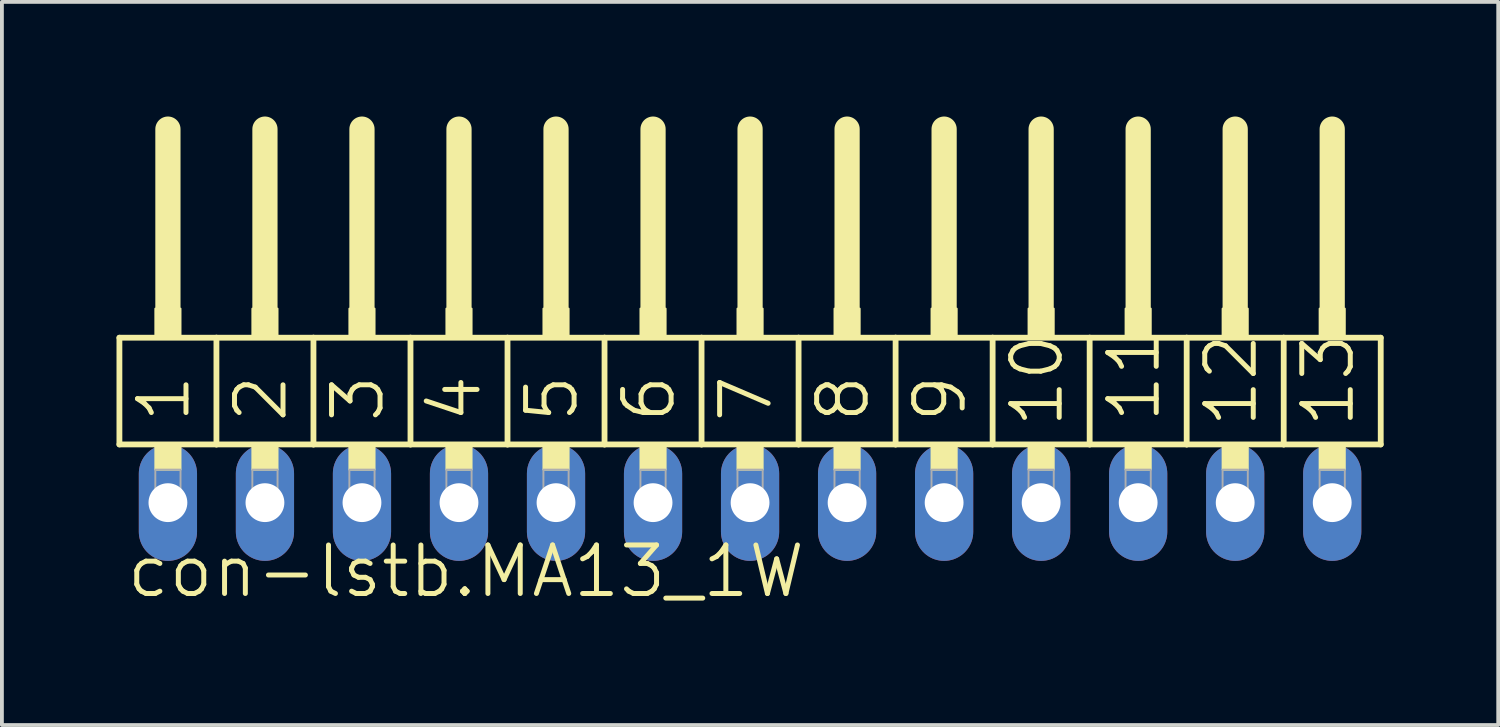
<source format=kicad_pcb>
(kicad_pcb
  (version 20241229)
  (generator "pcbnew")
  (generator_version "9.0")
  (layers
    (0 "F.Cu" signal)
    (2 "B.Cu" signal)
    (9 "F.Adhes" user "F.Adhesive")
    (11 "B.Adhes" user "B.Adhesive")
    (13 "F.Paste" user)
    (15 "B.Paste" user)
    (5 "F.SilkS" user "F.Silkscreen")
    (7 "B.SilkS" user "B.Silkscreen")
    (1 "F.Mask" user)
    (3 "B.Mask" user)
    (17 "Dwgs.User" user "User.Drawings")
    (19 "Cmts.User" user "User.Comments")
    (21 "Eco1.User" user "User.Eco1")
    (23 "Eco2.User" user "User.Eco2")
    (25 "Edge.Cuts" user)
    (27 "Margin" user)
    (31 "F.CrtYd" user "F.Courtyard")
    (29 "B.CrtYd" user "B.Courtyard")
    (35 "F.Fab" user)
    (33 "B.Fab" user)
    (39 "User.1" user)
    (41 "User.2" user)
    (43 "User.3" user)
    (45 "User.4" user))
  (footprint "con-lstb.MA13_1W"
    (layer "F.Cu")
    (at 16.586 10.109)
    (property "Reference" "con-lstb.MA13_1W" (at -16.383 2.54 0) (layer "F.SilkS") (effects (font (size 1.27 1.27) (thickness 0.13)) (justify left bottom)))
    (attr through_hole)
    (fp_line (start -16.51 -4.318) (end -13.97 -4.318) (stroke (width 0.152) (type default)) (layer "F.SilkS"))
    (fp_line (start -16.51 -1.524) (end -16.51 -4.318) (stroke (width 0.152) (type default)) (layer "F.SilkS"))
    (fp_line (start -15.24 -5.08) (end -15.24 -9.779) (stroke (width 0.66) (type default)) (layer "F.SilkS"))
    (fp_line (start -13.97 -4.318) (end -11.43 -4.318) (stroke (width 0.152) (type default)) (layer "F.SilkS"))
    (fp_line (start -13.97 -1.524) (end -16.51 -1.524) (stroke (width 0.152) (type default)) (layer "F.SilkS"))
    (fp_line (start -13.97 -1.524) (end -13.97 -4.318) (stroke (width 0.152) (type default)) (layer "F.SilkS"))
    (fp_line (start -13.97 -1.524) (end -11.43 -1.524) (stroke (width 0.152) (type default)) (layer "F.SilkS"))
    (fp_line (start -12.7 -5.08) (end -12.7 -9.779) (stroke (width 0.66) (type default)) (layer "F.SilkS"))
    (fp_line (start -11.43 -4.318) (end -8.89 -4.318) (stroke (width 0.152) (type default)) (layer "F.SilkS"))
    (fp_line (start -11.43 -1.524) (end -11.43 -4.318) (stroke (width 0.152) (type default)) (layer "F.SilkS"))
    (fp_line (start -10.16 -5.08) (end -10.16 -9.779) (stroke (width 0.66) (type default)) (layer "F.SilkS"))
    (fp_line (start -8.89 -4.318) (end -6.35 -4.318) (stroke (width 0.152) (type default)) (layer "F.SilkS"))
    (fp_line (start -8.89 -1.524) (end -11.43 -1.524) (stroke (width 0.152) (type default)) (layer "F.SilkS"))
    (fp_line (start -8.89 -1.524) (end -8.89 -4.318) (stroke (width 0.152) (type default)) (layer "F.SilkS"))
    (fp_line (start -7.62 -5.08) (end -7.62 -9.779) (stroke (width 0.66) (type default)) (layer "F.SilkS"))
    (fp_line (start -6.35 -4.318) (end -3.81 -4.318) (stroke (width 0.152) (type default)) (layer "F.SilkS"))
    (fp_line (start -6.35 -1.524) (end -8.89 -1.524) (stroke (width 0.152) (type default)) (layer "F.SilkS"))
    (fp_line (start -6.35 -1.524) (end -6.35 -4.318) (stroke (width 0.152) (type default)) (layer "F.SilkS"))
    (fp_line (start -5.08 -5.08) (end -5.08 -9.779) (stroke (width 0.66) (type default)) (layer "F.SilkS"))
    (fp_line (start -3.81 -4.318) (end -1.27 -4.318) (stroke (width 0.152) (type default)) (layer "F.SilkS"))
    (fp_line (start -3.81 -1.524) (end -6.35 -1.524) (stroke (width 0.152) (type default)) (layer "F.SilkS"))
    (fp_line (start -3.81 -1.524) (end -3.81 -4.318) (stroke (width 0.152) (type default)) (layer "F.SilkS"))
    (fp_line (start -2.54 -5.08) (end -2.54 -9.779) (stroke (width 0.66) (type default)) (layer "F.SilkS"))
    (fp_line (start -1.27 -4.318) (end 1.27 -4.318) (stroke (width 0.152) (type default)) (layer "F.SilkS"))
    (fp_line (start -1.27 -1.524) (end -3.81 -1.524) (stroke (width 0.152) (type default)) (layer "F.SilkS"))
    (fp_line (start -1.27 -1.524) (end -1.27 -4.318) (stroke (width 0.152) (type default)) (layer "F.SilkS"))
    (fp_line (start -1.27 -1.524) (end 1.27 -1.524) (stroke (width 0.152) (type default)) (layer "F.SilkS"))
    (fp_line (start 0 -5.08) (end 0 -9.779) (stroke (width 0.66) (type default)) (layer "F.SilkS"))
    (fp_line (start 1.27 -4.318) (end 3.81 -4.318) (stroke (width 0.152) (type default)) (layer "F.SilkS"))
    (fp_line (start 1.27 -1.524) (end 1.27 -4.318) (stroke (width 0.152) (type default)) (layer "F.SilkS"))
    (fp_line (start 2.54 -5.08) (end 2.54 -9.779) (stroke (width 0.66) (type default)) (layer "F.SilkS"))
    (fp_line (start 3.81 -4.318) (end 6.35 -4.318) (stroke (width 0.152) (type default)) (layer "F.SilkS"))
    (fp_line (start 3.81 -1.524) (end 1.27 -1.524) (stroke (width 0.152) (type default)) (layer "F.SilkS"))
    (fp_line (start 3.81 -1.524) (end 3.81 -4.318) (stroke (width 0.152) (type default)) (layer "F.SilkS"))
    (fp_line (start 5.08 -5.08) (end 5.08 -9.779) (stroke (width 0.66) (type default)) (layer "F.SilkS"))
    (fp_line (start 6.35 -4.318) (end 8.89 -4.318) (stroke (width 0.152) (type default)) (layer "F.SilkS"))
    (fp_line (start 6.35 -1.524) (end 3.81 -1.524) (stroke (width 0.152) (type default)) (layer "F.SilkS"))
    (fp_line (start 6.35 -1.524) (end 6.35 -4.318) (stroke (width 0.152) (type default)) (layer "F.SilkS"))
    (fp_line (start 7.62 -5.08) (end 7.62 -9.779) (stroke (width 0.66) (type default)) (layer "F.SilkS"))
    (fp_line (start 8.89 -4.318) (end 11.43 -4.318) (stroke (width 0.152) (type default)) (layer "F.SilkS"))
    (fp_line (start 8.89 -1.524) (end 6.35 -1.524) (stroke (width 0.152) (type default)) (layer "F.SilkS"))
    (fp_line (start 8.89 -1.524) (end 8.89 -4.318) (stroke (width 0.152) (type default)) (layer "F.SilkS"))
    (fp_line (start 10.16 -5.08) (end 10.16 -9.779) (stroke (width 0.66) (type default)) (layer "F.SilkS"))
    (fp_line (start 11.43 -4.318) (end 13.97 -4.318) (stroke (width 0.152) (type default)) (layer "F.SilkS"))
    (fp_line (start 11.43 -1.524) (end 8.89 -1.524) (stroke (width 0.152) (type default)) (layer "F.SilkS"))
    (fp_line (start 11.43 -1.524) (end 11.43 -4.318) (stroke (width 0.152) (type default)) (layer "F.SilkS"))
    (fp_line (start 11.43 -1.524) (end 13.97 -1.524) (stroke (width 0.152) (type default)) (layer "F.SilkS"))
    (fp_line (start 12.7 -5.08) (end 12.7 -9.779) (stroke (width 0.66) (type default)) (layer "F.SilkS"))
    (fp_line (start 13.97 -4.318) (end 16.51 -4.318) (stroke (width 0.152) (type default)) (layer "F.SilkS"))
    (fp_line (start 13.97 -1.524) (end 13.97 -4.318) (stroke (width 0.152) (type default)) (layer "F.SilkS"))
    (fp_line (start 13.97 -1.524) (end 16.51 -1.524) (stroke (width 0.152) (type default)) (layer "F.SilkS"))
    (fp_line (start 15.24 -5.08) (end 15.24 -9.779) (stroke (width 0.66) (type default)) (layer "F.SilkS"))
    (fp_line (start 16.51 -1.524) (end 16.51 -4.318) (stroke (width 0.152) (type default)) (layer "F.SilkS"))
    (fp_rect (start -15.57 -4.318) (end -14.91 -5.08) (stroke (width 0.05) (type default)) (fill yes) (layer "F.SilkS"))
    (fp_rect (start -15.57 -0.864) (end -14.91 -1.524) (stroke (width 0.05) (type default)) (fill yes) (layer "F.SilkS"))
    (fp_rect (start -13.03 -4.318) (end -12.37 -5.08) (stroke (width 0.05) (type default)) (fill yes) (layer "F.SilkS"))
    (fp_rect (start -13.03 -0.864) (end -12.37 -1.524) (stroke (width 0.05) (type default)) (fill yes) (layer "F.SilkS"))
    (fp_rect (start -10.49 -4.318) (end -9.83 -5.08) (stroke (width 0.05) (type default)) (fill yes) (layer "F.SilkS"))
    (fp_rect (start -10.49 -0.864) (end -9.83 -1.524) (stroke (width 0.05) (type default)) (fill yes) (layer "F.SilkS"))
    (fp_rect (start -7.95 -4.318) (end -7.29 -5.08) (stroke (width 0.05) (type default)) (fill yes) (layer "F.SilkS"))
    (fp_rect (start -7.95 -0.864) (end -7.29 -1.524) (stroke (width 0.05) (type default)) (fill yes) (layer "F.SilkS"))
    (fp_rect (start -5.41 -4.318) (end -4.75 -5.08) (stroke (width 0.05) (type default)) (fill yes) (layer "F.SilkS"))
    (fp_rect (start -5.41 -0.864) (end -4.75 -1.524) (stroke (width 0.05) (type default)) (fill yes) (layer "F.SilkS"))
    (fp_rect (start -2.87 -4.318) (end -2.21 -5.08) (stroke (width 0.05) (type default)) (fill yes) (layer "F.SilkS"))
    (fp_rect (start -2.87 -0.864) (end -2.21 -1.524) (stroke (width 0.05) (type default)) (fill yes) (layer "F.SilkS"))
    (fp_rect (start -0.33 -4.318) (end 0.33 -5.08) (stroke (width 0.05) (type default)) (fill yes) (layer "F.SilkS"))
    (fp_rect (start -0.33 -0.864) (end 0.33 -1.524) (stroke (width 0.05) (type default)) (fill yes) (layer "F.SilkS"))
    (fp_rect (start 2.21 -4.318) (end 2.87 -5.08) (stroke (width 0.05) (type default)) (fill yes) (layer "F.SilkS"))
    (fp_rect (start 2.21 -0.864) (end 2.87 -1.524) (stroke (width 0.05) (type default)) (fill yes) (layer "F.SilkS"))
    (fp_rect (start 4.75 -4.318) (end 5.41 -5.08) (stroke (width 0.05) (type default)) (fill yes) (layer "F.SilkS"))
    (fp_rect (start 4.75 -0.864) (end 5.41 -1.524) (stroke (width 0.05) (type default)) (fill yes) (layer "F.SilkS"))
    (fp_rect (start 7.29 -4.318) (end 7.95 -5.08) (stroke (width 0.05) (type default)) (fill yes) (layer "F.SilkS"))
    (fp_rect (start 7.29 -0.864) (end 7.95 -1.524) (stroke (width 0.05) (type default)) (fill yes) (layer "F.SilkS"))
    (fp_rect (start 9.83 -4.318) (end 10.49 -5.08) (stroke (width 0.05) (type default)) (fill yes) (layer "F.SilkS"))
    (fp_rect (start 9.83 -0.864) (end 10.49 -1.524) (stroke (width 0.05) (type default)) (fill yes) (layer "F.SilkS"))
    (fp_rect (start 12.37 -4.318) (end 13.03 -5.08) (stroke (width 0.05) (type default)) (fill yes) (layer "F.SilkS"))
    (fp_rect (start 12.37 -0.864) (end 13.03 -1.524) (stroke (width 0.05) (type default)) (fill yes) (layer "F.SilkS"))
    (fp_rect (start 14.91 -4.318) (end 15.57 -5.08) (stroke (width 0.05) (type default)) (fill yes) (layer "F.SilkS"))
    (fp_rect (start 14.91 -0.864) (end 15.57 -1.524) (stroke (width 0.05) (type default)) (fill yes) (layer "F.SilkS"))
    (fp_rect (start -15.57 0.33) (end -14.91 -0.864) (stroke (width 0.05) (type default)) (fill no) (layer "F.Fab"))
    (fp_rect (start -13.03 0.33) (end -12.37 -0.864) (stroke (width 0.05) (type default)) (fill no) (layer "F.Fab"))
    (fp_rect (start -10.49 0.33) (end -9.83 -0.864) (stroke (width 0.05) (type default)) (fill no) (layer "F.Fab"))
    (fp_rect (start -7.95 0.33) (end -7.29 -0.864) (stroke (width 0.05) (type default)) (fill no) (layer "F.Fab"))
    (fp_rect (start -5.41 0.33) (end -4.75 -0.864) (stroke (width 0.05) (type default)) (fill no) (layer "F.Fab"))
    (fp_rect (start -2.87 0.33) (end -2.21 -0.864) (stroke (width 0.05) (type default)) (fill no) (layer "F.Fab"))
    (fp_rect (start -0.33 0.33) (end 0.33 -0.864) (stroke (width 0.05) (type default)) (fill no) (layer "F.Fab"))
    (fp_rect (start 2.21 0.33) (end 2.87 -0.864) (stroke (width 0.05) (type default)) (fill no) (layer "F.Fab"))
    (fp_rect (start 4.75 0.33) (end 5.41 -0.864) (stroke (width 0.05) (type default)) (fill no) (layer "F.Fab"))
    (fp_rect (start 7.29 0.33) (end 7.95 -0.864) (stroke (width 0.05) (type default)) (fill no) (layer "F.Fab"))
    (fp_rect (start 9.83 0.33) (end 10.49 -0.864) (stroke (width 0.05) (type default)) (fill no) (layer "F.Fab"))
    (fp_rect (start 12.37 0.33) (end 13.03 -0.864) (stroke (width 0.05) (type default)) (fill no) (layer "F.Fab"))
    (fp_rect (start 14.91 0.33) (end 15.57 -0.864) (stroke (width 0.05) (type default)) (fill no) (layer "F.Fab"))
    (fp_text user "5" (at -4.445 -2.032 90) (layer "F.SilkS") (effects (font (size 1.27 1.27) (thickness 0.13)) (justify left bottom)))
    (fp_text user "11" (at 10.795 -2.032 90) (layer "F.SilkS") (effects (font (size 1.27 1.27) (thickness 0.13)) (justify left bottom)))
    (fp_text user "7" (at 0.635 -2.032 90) (layer "F.SilkS") (effects (font (size 1.27 1.27) (thickness 0.13)) (justify left bottom)))
    (fp_text user "8" (at 3.175 -2.032 90) (layer "F.SilkS") (effects (font (size 1.27 1.27) (thickness 0.13)) (justify left bottom)))
    (fp_text user "6" (at -1.905 -2.032 90) (layer "F.SilkS") (effects (font (size 1.27 1.27) (thickness 0.13)) (justify left bottom)))
    (fp_text user "12" (at 13.335 -1.905 90) (layer "F.SilkS") (effects (font (size 1.27 1.27) (thickness 0.13)) (justify left bottom)))
    (fp_text user "2" (at -12.065 -2.032 90) (layer "F.SilkS") (effects (font (size 1.27 1.27) (thickness 0.13)) (justify left bottom)))
    (fp_text user "1" (at -14.605 -2.032 90) (layer "F.SilkS") (effects (font (size 1.27 1.27) (thickness 0.13)) (justify left bottom)))
    (fp_text user "10" (at 8.255 -1.905 90) (layer "F.SilkS") (effects (font (size 1.27 1.27) (thickness 0.13)) (justify left bottom)))
    (fp_text user "3" (at -9.525 -2.032 90) (layer "F.SilkS") (effects (font (size 1.27 1.27) (thickness 0.13)) (justify left bottom)))
    (fp_text user "13" (at 15.875 -1.905 90) (layer "F.SilkS") (effects (font (size 1.27 1.27) (thickness 0.13)) (justify left bottom)))
    (fp_text user "4" (at -6.985 -2.032 90) (layer "F.SilkS") (effects (font (size 1.27 1.27) (thickness 0.13)) (justify left bottom)))
    (fp_text user "9" (at 5.715 -2.032 90) (layer "F.SilkS") (effects (font (size 1.27 1.27) (thickness 0.13)) (justify left bottom)))
    (pad "1" thru_hole oval (at -15.24 0 90) (size 3.048 1.524) (drill 1.016) (layers "*.Cu" "*.Mask"))
    (pad "2" thru_hole oval (at -12.7 0 90) (size 3.048 1.524) (drill 1.016) (layers "*.Cu" "*.Mask"))
    (pad "3" thru_hole oval (at -10.16 0 90) (size 3.048 1.524) (drill 1.016) (layers "*.Cu" "*.Mask"))
    (pad "4" thru_hole oval (at -7.62 0 90) (size 3.048 1.524) (drill 1.016) (layers "*.Cu" "*.Mask"))
    (pad "5" thru_hole oval (at -5.08 0 90) (size 3.048 1.524) (drill 1.016) (layers "*.Cu" "*.Mask"))
    (pad "6" thru_hole oval (at -2.54 0 90) (size 3.048 1.524) (drill 1.016) (layers "*.Cu" "*.Mask"))
    (pad "7" thru_hole oval (at 0 0 90) (size 3.048 1.524) (drill 1.016) (layers "*.Cu" "*.Mask"))
    (pad "8" thru_hole oval (at 2.54 0 90) (size 3.048 1.524) (drill 1.016) (layers "*.Cu" "*.Mask"))
    (pad "9" thru_hole oval (at 5.08 0 90) (size 3.048 1.524) (drill 1.016) (layers "*.Cu" "*.Mask"))
    (pad "10" thru_hole oval (at 7.62 0 90) (size 3.048 1.524) (drill 1.016) (layers "*.Cu" "*.Mask"))
    (pad "11" thru_hole oval (at 10.16 0 90) (size 3.048 1.524) (drill 1.016) (layers "*.Cu" "*.Mask"))
    (pad "12" thru_hole oval (at 12.7 0 90) (size 3.048 1.524) (drill 1.016) (layers "*.Cu" "*.Mask"))
    (pad "13" thru_hole oval (at 15.24 0 90) (size 3.048 1.524) (drill 1.016) (layers "*.Cu" "*.Mask")))
  (gr_rect
    (start -3 -3)
    (end 36.172 15.931)
    (stroke (width 0.1) (type default))
    (fill no)
    (layer "Edge.Cuts")))
</source>
